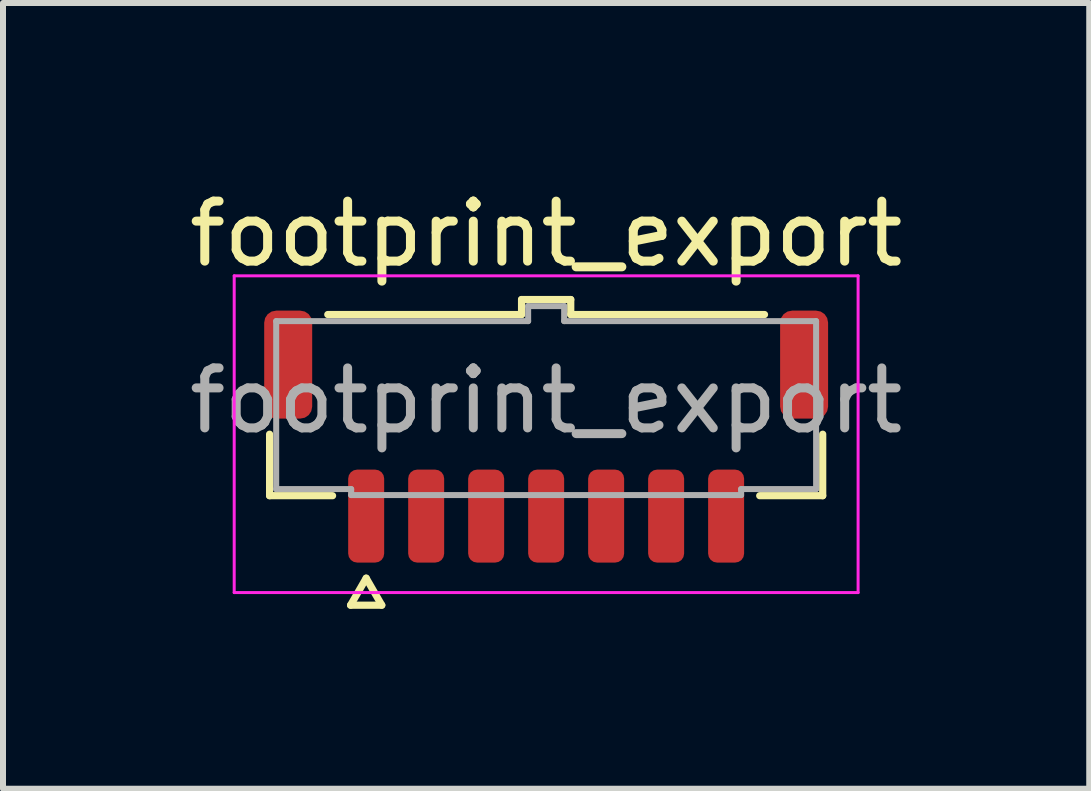
<source format=kicad_pcb>
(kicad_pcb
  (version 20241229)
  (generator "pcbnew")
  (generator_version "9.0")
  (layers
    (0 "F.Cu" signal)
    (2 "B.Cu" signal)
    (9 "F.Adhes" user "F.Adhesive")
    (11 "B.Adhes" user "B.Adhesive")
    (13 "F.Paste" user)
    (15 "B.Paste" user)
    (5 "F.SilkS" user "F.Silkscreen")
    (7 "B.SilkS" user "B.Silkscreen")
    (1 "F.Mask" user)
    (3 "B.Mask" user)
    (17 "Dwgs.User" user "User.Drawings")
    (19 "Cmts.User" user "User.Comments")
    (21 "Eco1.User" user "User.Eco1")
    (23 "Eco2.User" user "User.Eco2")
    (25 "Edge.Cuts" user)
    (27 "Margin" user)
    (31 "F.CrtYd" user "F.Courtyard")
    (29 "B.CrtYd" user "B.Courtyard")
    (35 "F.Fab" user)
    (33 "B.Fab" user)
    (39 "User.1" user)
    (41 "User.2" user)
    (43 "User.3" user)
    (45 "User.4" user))
  (footprint "footprint_export"
    (layer "F.Cu")
    (at 6.054 3.628)
    (property "Reference" "footprint_export" (at 0 -2.78 0) (layer "F.SilkS") (effects (font (size 1 1) (thickness 0.15))))
    (attr smd)
    (fp_line (start -4.61 1.585) (end -4.61 0.56) (stroke (width 0.12) (type solid)) (layer "F.SilkS"))
    (fp_line (start -3.64 -1.435) (end -0.41 -1.435) (stroke (width 0.12) (type solid)) (layer "F.SilkS"))
    (fp_line (start -3.56 1.585) (end -4.61 1.585) (stroke (width 0.12) (type solid)) (layer "F.SilkS"))
    (fp_line (start -3.26 3.41) (end -3 2.96) (stroke (width 0.12) (type solid)) (layer "F.SilkS"))
    (fp_line (start -3 2.96) (end -2.74 3.41) (stroke (width 0.12) (type solid)) (layer "F.SilkS"))
    (fp_line (start -2.74 3.41) (end -3.26 3.41) (stroke (width 0.12) (type solid)) (layer "F.SilkS"))
    (fp_line (start -0.41 -1.685) (end 0.41 -1.685) (stroke (width 0.12) (type solid)) (layer "F.SilkS"))
    (fp_line (start -0.41 -1.435) (end -0.41 -1.685) (stroke (width 0.12) (type solid)) (layer "F.SilkS"))
    (fp_line (start 0.41 -1.685) (end 0.41 -1.435) (stroke (width 0.12) (type solid)) (layer "F.SilkS"))
    (fp_line (start 0.41 -1.435) (end 3.64 -1.435) (stroke (width 0.12) (type solid)) (layer "F.SilkS"))
    (fp_line (start 4.61 0.56) (end 4.61 1.585) (stroke (width 0.12) (type solid)) (layer "F.SilkS"))
    (fp_line (start 4.61 1.585) (end 3.56 1.585) (stroke (width 0.12) (type solid)) (layer "F.SilkS"))
    (fp_line (start -5.2 -2.08) (end -5.2 3.2) (stroke (width 0.05) (type solid)) (layer "F.CrtYd"))
    (fp_line (start -5.2 3.2) (end 5.2 3.2) (stroke (width 0.05) (type solid)) (layer "F.CrtYd"))
    (fp_line (start 5.2 -2.08) (end -5.2 -2.08) (stroke (width 0.05) (type solid)) (layer "F.CrtYd"))
    (fp_line (start 5.2 3.2) (end 5.2 -2.08) (stroke (width 0.05) (type solid)) (layer "F.CrtYd"))
    (fp_line (start -4.5 -1.325) (end -0.3 -1.325) (stroke (width 0.1) (type solid)) (layer "F.Fab"))
    (fp_line (start -4.5 1.475) (end -4.5 -1.325) (stroke (width 0.1) (type solid)) (layer "F.Fab"))
    (fp_line (start -3.25 1.475) (end -4.5 1.475) (stroke (width 0.1) (type solid)) (layer "F.Fab"))
    (fp_line (start -3.25 1.575) (end -3.25 1.475) (stroke (width 0.1) (type solid)) (layer "F.Fab"))
    (fp_line (start -0.3 -1.575) (end 0.3 -1.575) (stroke (width 0.1) (type solid)) (layer "F.Fab"))
    (fp_line (start -0.3 -1.325) (end -0.3 -1.575) (stroke (width 0.1) (type solid)) (layer "F.Fab"))
    (fp_line (start 0.3 -1.575) (end 0.3 -1.325) (stroke (width 0.1) (type solid)) (layer "F.Fab"))
    (fp_line (start 0.3 -1.325) (end 4.5 -1.325) (stroke (width 0.1) (type solid)) (layer "F.Fab"))
    (fp_line (start 3.25 1.475) (end 3.25 1.575) (stroke (width 0.1) (type solid)) (layer "F.Fab"))
    (fp_line (start 3.25 1.575) (end -3.25 1.575) (stroke (width 0.1) (type solid)) (layer "F.Fab"))
    (fp_line (start 4.5 -1.325) (end 4.5 1.475) (stroke (width 0.1) (type solid)) (layer "F.Fab"))
    (fp_line (start 4.5 1.475) (end 3.25 1.475) (stroke (width 0.1) (type solid)) (layer "F.Fab"))
    (fp_text user "${REFERENCE}" (at 0 0 0) (layer "F.Fab") (effects (font (size 1 1) (thickness 0.15))))
    (pad "1" smd roundrect (at -3 1.925) (size 0.6 1.55) (layers "F.Cu" "F.Mask" "F.Paste") (roundrect_rratio 0.25))
    (pad "2" smd roundrect (at -2 1.925) (size 0.6 1.55) (layers "F.Cu" "F.Mask" "F.Paste") (roundrect_rratio 0.25))
    (pad "3" smd roundrect (at -1 1.925) (size 0.6 1.55) (layers "F.Cu" "F.Mask" "F.Paste") (roundrect_rratio 0.25))
    (pad "4" smd roundrect (at 0 1.925) (size 0.6 1.55) (layers "F.Cu" "F.Mask" "F.Paste") (roundrect_rratio 0.25))
    (pad "5" smd roundrect (at 1 1.925) (size 0.6 1.55) (layers "F.Cu" "F.Mask" "F.Paste") (roundrect_rratio 0.25))
    (pad "6" smd roundrect (at 2 1.925) (size 0.6 1.55) (layers "F.Cu" "F.Mask" "F.Paste") (roundrect_rratio 0.25))
    (pad "7" smd roundrect (at 3 1.925) (size 0.6 1.55) (layers "F.Cu" "F.Mask" "F.Paste") (roundrect_rratio 0.25))
    (pad "MP" smd roundrect (at -4.3 -0.6) (size 0.8 1.8) (layers "F.Cu" "F.Mask" "F.Paste") (roundrect_rratio 0.25))
    (pad "MP" smd roundrect (at 4.3 -0.6) (size 0.8 1.8) (layers "F.Cu" "F.Mask" "F.Paste") (roundrect_rratio 0.25)))
  (gr_rect
    (start -3 -3)
    (end 15.107 10.098)
    (stroke (width 0.1) (type default))
    (fill no)
    (layer "Edge.Cuts")))
</source>
